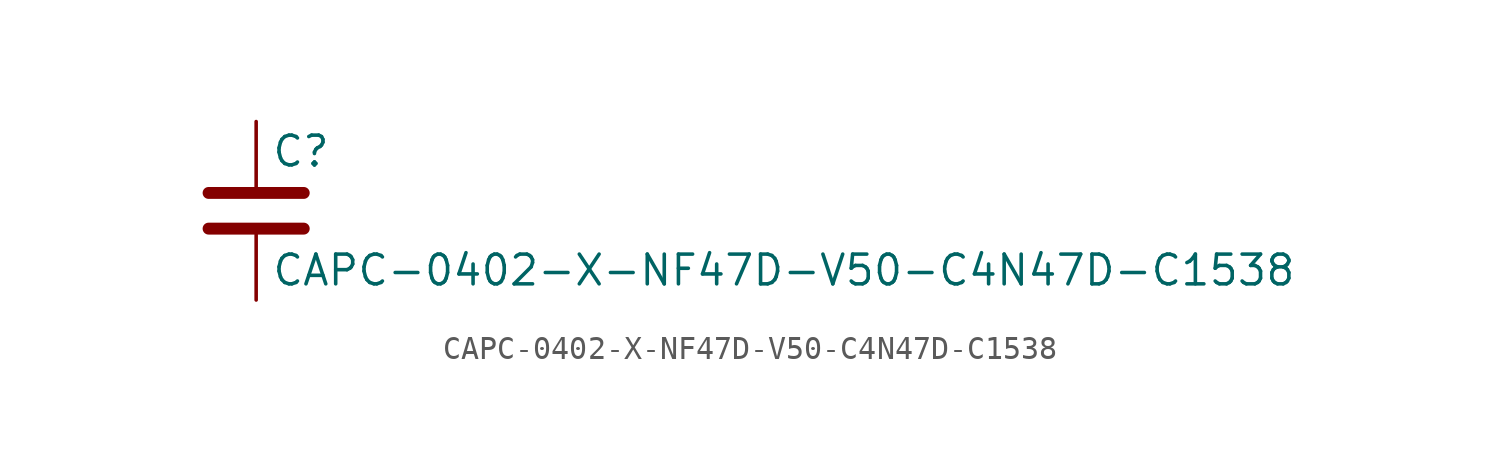
<source format=kicad_sym>
(kicad_symbol_lib
  (version 20211014)
  (generator kicad_symbol_editor)
  (symbol "CAPC-0402-X-NF47D-V50-C4N47D-C1538"
    (pin_numbers hide)
    (pin_names
      (offset 0.254))
    (property "Reference" "C"
      (at 0.635 2.54 0)
      (effects (font (size 1.27 1.27)) (justify left)))
    (property "Value" "CAPC-0402-X-NF47D-V50-C4N47D-C1538"
      (at 0.635 -2.54 0)
      (effects (font (size 1.27 1.27)) (justify left)))
    (symbol "CAPC-0402-X-NF47D-V50-C4N47D-C1538_0_1"
      (polyline (pts (xy -2.032 -0.762) (xy 2.032 -0.762)) (stroke (width 0.508) (type default) (color 0 0 0 0)) (fill (type none)))
      (polyline (pts (xy -2.032 0.762) (xy 2.032 0.762)) (stroke (width 0.508) (type default) (color 0 0 0 0)) (fill (type none))))
    (symbol "CAPC-0402-X-NF47D-V50-C4N47D-C1538_1_1"
      (pin passive line (at 0 3.81 270) (length 2.794) (name "~" (effects (font (size 1.27 1.27)))) (number "1" (effects (font (size 1.27 1.27)))))
      (pin passive line (at 0 -3.81 90) (length 2.794) (name "~" (effects (font (size 1.27 1.27)))) (number "2" (effects (font (size 1.27 1.27))))))))
</source>
